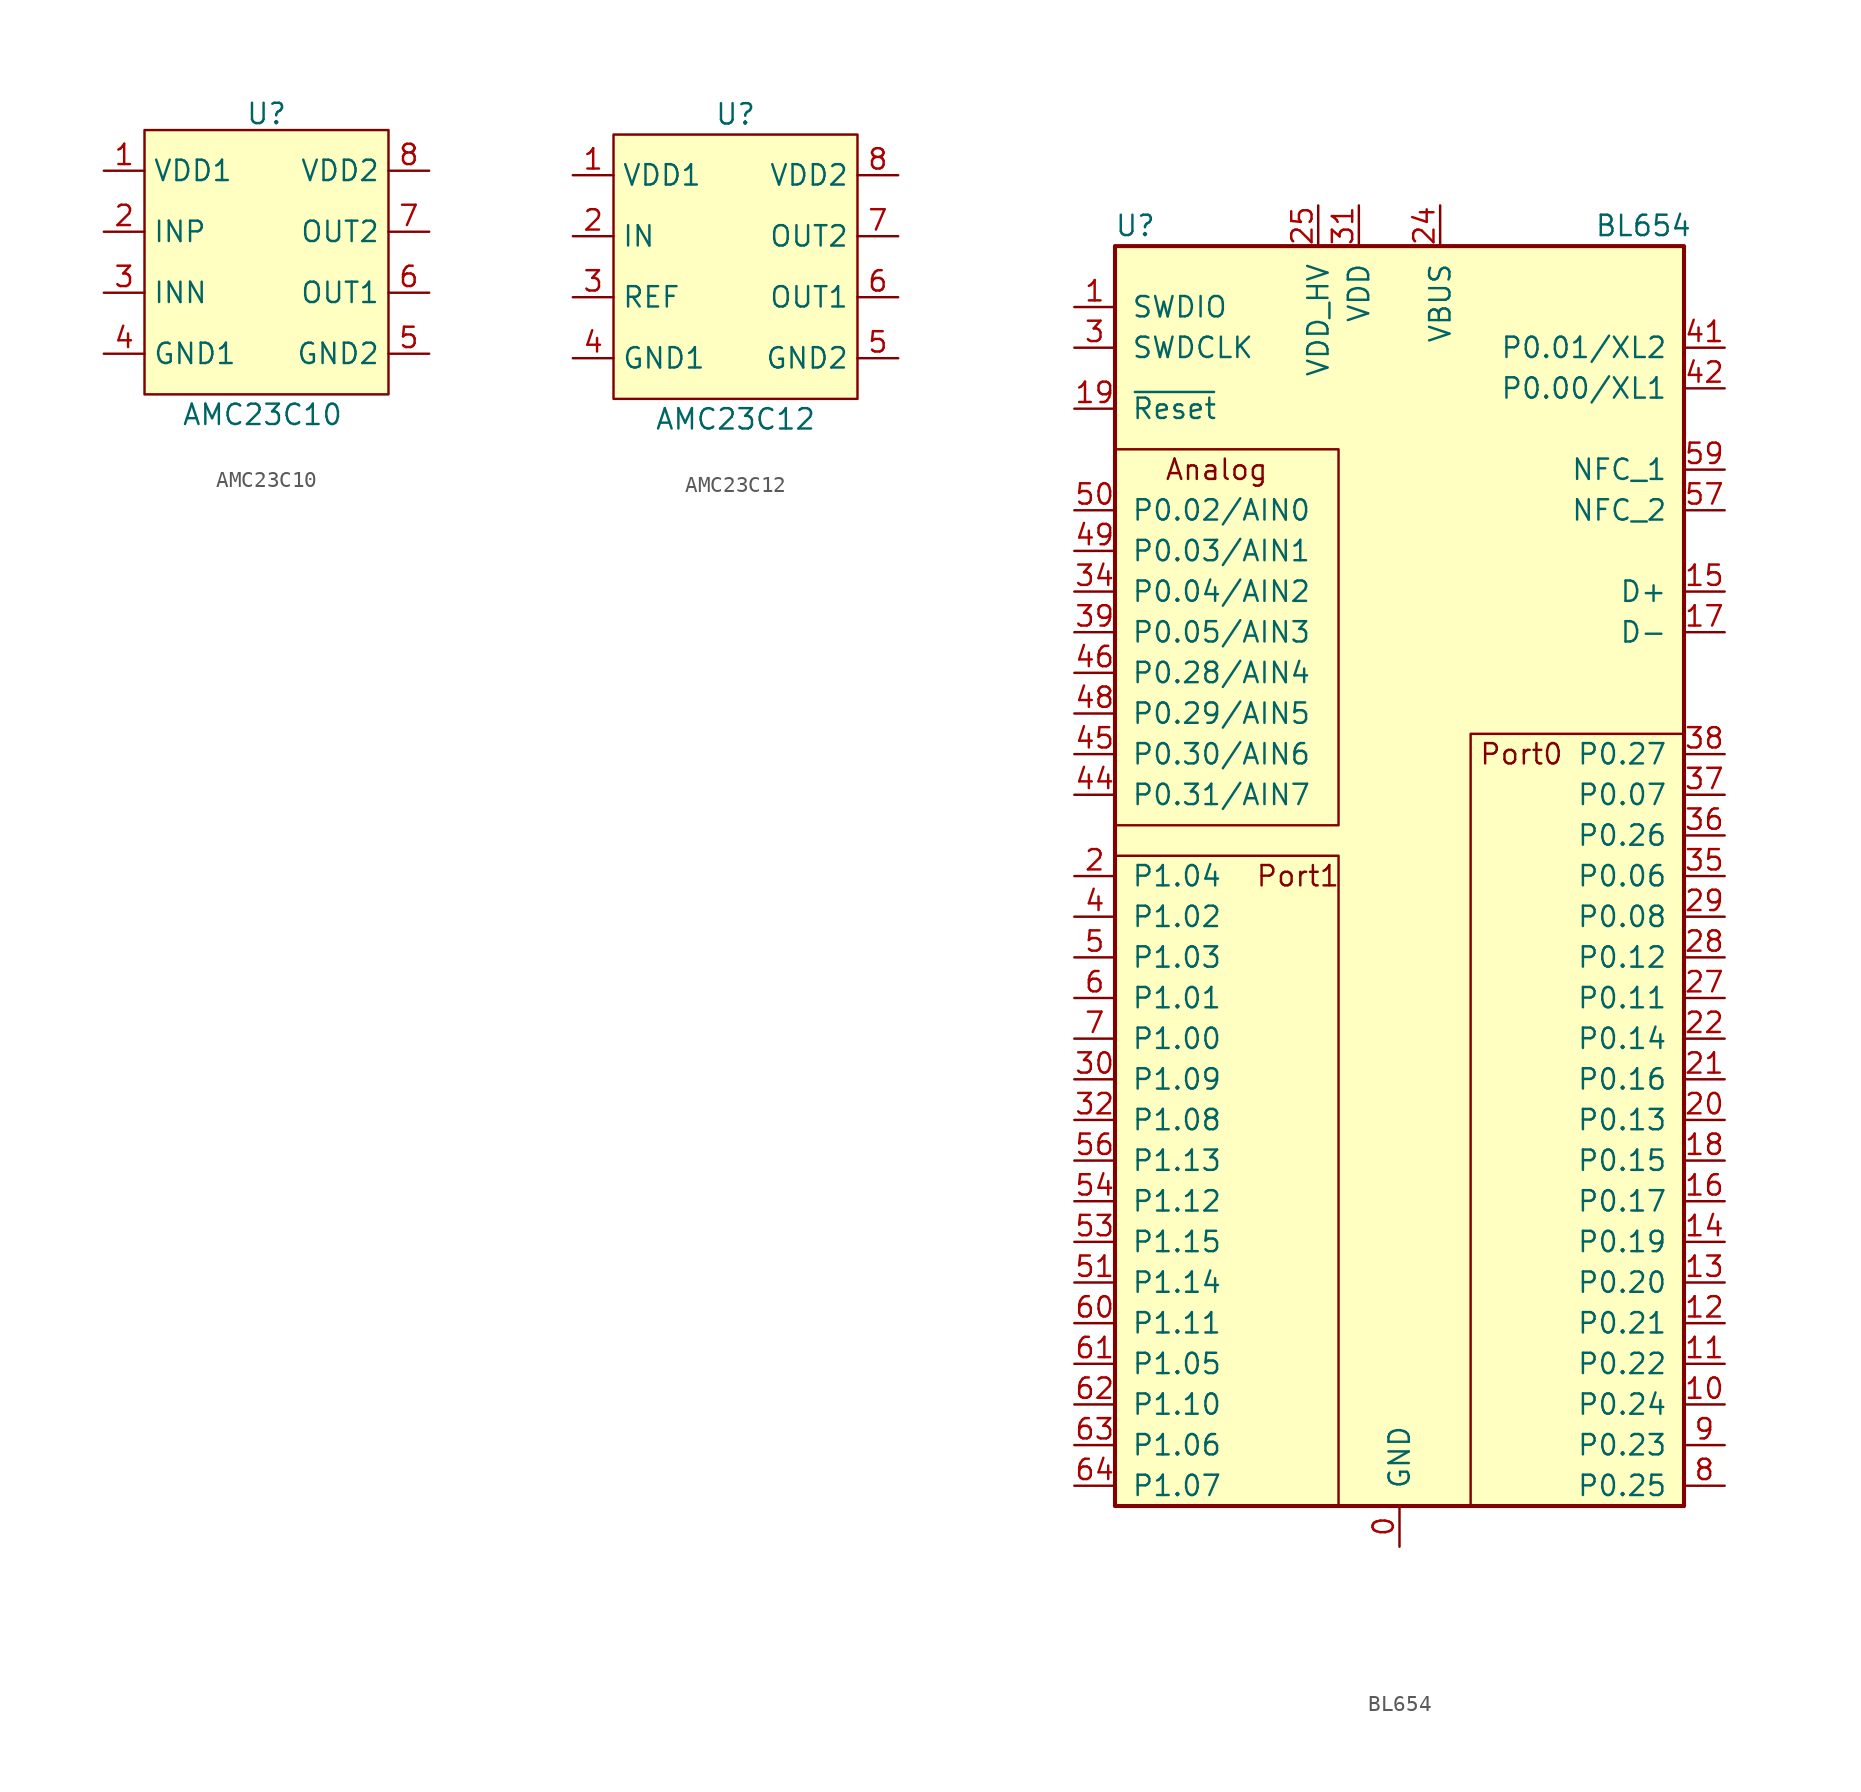
<source format=kicad_sym>
(kicad_symbol_lib
  (version 20231120)
  (generator "kicad_symbol_editor")
  (generator_version "8.0")
  (symbol "AMC23C10"
    (property "Reference" "U"
      (at 0 8.636 0)
      (effects (font (size 1.27 1.27))))
    (property "Value" "AMC23C10"
      (at -0.254 -10.16 0)
      (effects (font (size 1.27 1.27))))
    (symbol "AMC23C10_1_1"
      (rectangle (start -7.62 7.62) (end 7.62 -8.89) (stroke (width 0) (type default)) (fill (type background)))
      (pin input line (at -10.16 5.08 0) (length 2.54) (name "VDD1" (effects (font (size 1.27 1.27)))) (number "1" (effects (font (size 1.27 1.27)))))
      (pin input line (at -10.16 1.27 0) (length 2.54) (name "INP" (effects (font (size 1.27 1.27)))) (number "2" (effects (font (size 1.27 1.27)))))
      (pin input line (at -10.16 -2.54 0) (length 2.54) (name "INN" (effects (font (size 1.27 1.27)))) (number "3" (effects (font (size 1.27 1.27)))))
      (pin input line (at -10.16 -6.35 0) (length 2.54) (name "GND1" (effects (font (size 1.27 1.27)))) (number "4" (effects (font (size 1.27 1.27)))))
      (pin input line (at 10.16 -6.35 180) (length 2.54) (name "GND2" (effects (font (size 1.27 1.27)))) (number "5" (effects (font (size 1.27 1.27)))))
      (pin input line (at 10.16 -2.54 180) (length 2.54) (name "OUT1" (effects (font (size 1.27 1.27)))) (number "6" (effects (font (size 1.27 1.27)))))
      (pin input line (at 10.16 1.27 180) (length 2.54) (name "OUT2" (effects (font (size 1.27 1.27)))) (number "7" (effects (font (size 1.27 1.27)))))
      (pin input line (at 10.16 5.08 180) (length 2.54) (name "VDD2" (effects (font (size 1.27 1.27)))) (number "8" (effects (font (size 1.27 1.27)))))))
  (symbol "AMC23C12"
    (property "Reference" "U"
      (at 0 8.89 0)
      (effects (font (size 1.27 1.27))))
    (property "Value" "AMC23C12"
      (at 0 -10.16 0)
      (effects (font (size 1.27 1.27))))
    (symbol "AMC23C12_1_1"
      (rectangle (start -7.62 7.62) (end 7.62 -8.89) (stroke (width 0) (type default)) (fill (type background)))
      (pin input line (at -10.16 5.08 0) (length 2.54) (name "VDD1" (effects (font (size 1.27 1.27)))) (number "1" (effects (font (size 1.27 1.27)))))
      (pin input line (at -10.16 1.27 0) (length 2.54) (name "IN" (effects (font (size 1.27 1.27)))) (number "2" (effects (font (size 1.27 1.27)))))
      (pin input line (at -10.16 -2.54 0) (length 2.54) (name "REF" (effects (font (size 1.27 1.27)))) (number "3" (effects (font (size 1.27 1.27)))))
      (pin input line (at -10.16 -6.35 0) (length 2.54) (name "GND1" (effects (font (size 1.27 1.27)))) (number "4" (effects (font (size 1.27 1.27)))))
      (pin input line (at 10.16 -6.35 180) (length 2.54) (name "GND2" (effects (font (size 1.27 1.27)))) (number "5" (effects (font (size 1.27 1.27)))))
      (pin input line (at 10.16 -2.54 180) (length 2.54) (name "OUT1" (effects (font (size 1.27 1.27)))) (number "6" (effects (font (size 1.27 1.27)))))
      (pin input line (at 10.16 1.27 180) (length 2.54) (name "OUT2" (effects (font (size 1.27 1.27)))) (number "7" (effects (font (size 1.27 1.27)))))
      (pin input line (at 10.16 5.08 180) (length 2.54) (name "VDD2" (effects (font (size 1.27 1.27)))) (number "8" (effects (font (size 1.27 1.27)))))))
  (symbol "BL654"
    (pin_names
      (offset 1.016))
    (property "Reference" "U"
      (at -16.51 43.18 0)
      (effects (font (size 1.27 1.27))))
    (property "Value" "BL654"
      (at 15.24 43.18 0)
      (effects (font (size 1.27 1.27))))
    (symbol "BL654_0_0"
      (rectangle (start -17.78 3.81) (end -3.81 -36.83) (stroke (width 0) (type default)) (fill (type none)))
      (rectangle (start 4.445 11.43) (end 17.78 -36.83) (stroke (width 0) (type default)) (fill (type none)))
      (text "Analog" (at -11.43 27.94 0) (effects (font (size 1.27 1.27))))
      (text "Port0" (at 7.62 10.16 0) (effects (font (size 1.27 1.27))))
      (text "Port1" (at -6.35 2.54 0) (effects (font (size 1.27 1.27)))))
    (symbol "BL654_0_1"
      (rectangle (start -17.78 29.21) (end -3.81 5.715) (stroke (width 0) (type default)) (fill (type none)))
      (rectangle (start -17.78 41.91) (end 17.78 -36.83) (stroke (width 0.254) (type default)) (fill (type background))))
    (symbol "BL654_1_1"
      (pin power_in line (at 0 -39.37 90) (length 2.54) (name "GND" (effects (font (size 1.27 1.27)))) (number "0" (effects (font (size 1.27 1.27)))))
      (pin bidirectional line (at -20.32 38.1 0) (length 2.54) (name "SWDIO" (effects (font (size 1.27 1.27)))) (number "1" (effects (font (size 1.27 1.27)))))
      (pin bidirectional line (at 20.32 -30.48 180) (length 2.54) (name "P0.24" (effects (font (size 1.27 1.27)))) (number "10" (effects (font (size 1.27 1.27)))))
      (pin bidirectional line (at 20.32 -27.94 180) (length 2.54) (name "P0.22" (effects (font (size 1.27 1.27)))) (number "11" (effects (font (size 1.27 1.27)))))
      (pin bidirectional line (at 20.32 -25.4 180) (length 2.54) (name "P0.21" (effects (font (size 1.27 1.27)))) (number "12" (effects (font (size 1.27 1.27)))))
      (pin bidirectional line (at 20.32 -22.86 180) (length 2.54) (name "P0.20" (effects (font (size 1.27 1.27)))) (number "13" (effects (font (size 1.27 1.27)))))
      (pin bidirectional line (at 20.32 -20.32 180) (length 2.54) (name "P0.19" (effects (font (size 1.27 1.27)))) (number "14" (effects (font (size 1.27 1.27)))))
      (pin bidirectional line (at 20.32 20.32 180) (length 2.54) (name "D+" (effects (font (size 1.27 1.27)))) (number "15" (effects (font (size 1.27 1.27)))))
      (pin bidirectional line (at 20.32 -17.78 180) (length 2.54) (name "P0.17" (effects (font (size 1.27 1.27)))) (number "16" (effects (font (size 1.27 1.27)))))
      (pin bidirectional line (at 20.32 17.78 180) (length 2.54) (name "D-" (effects (font (size 1.27 1.27)))) (number "17" (effects (font (size 1.27 1.27)))))
      (pin bidirectional line (at 20.32 -15.24 180) (length 2.54) (name "P0.15" (effects (font (size 1.27 1.27)))) (number "18" (effects (font (size 1.27 1.27)))))
      (pin input line (at -20.32 31.75 0) (length 2.54) (name "~{Reset}" (effects (font (size 1.27 1.27)))) (number "19" (effects (font (size 1.27 1.27)))))
      (pin bidirectional line (at -20.32 2.54 0) (length 2.54) (name "P1.04" (effects (font (size 1.27 1.27)))) (number "2" (effects (font (size 1.27 1.27)))))
      (pin bidirectional line (at 20.32 -12.7 180) (length 2.54) (name "P0.13" (effects (font (size 1.27 1.27)))) (number "20" (effects (font (size 1.27 1.27)))))
      (pin bidirectional line (at 20.32 -10.16 180) (length 2.54) (name "P0.16" (effects (font (size 1.27 1.27)))) (number "21" (effects (font (size 1.27 1.27)))))
      (pin bidirectional line (at 20.32 -7.62 180) (length 2.54) (name "P0.14" (effects (font (size 1.27 1.27)))) (number "22" (effects (font (size 1.27 1.27)))))
      (pin power_in line (at 0 -39.37 90) (length 2.54) hide (name "GND" (effects (font (size 1.27 1.27)))) (number "23" (effects (font (size 1.27 1.27)))))
      (pin power_in line (at 2.54 44.45 270) (length 2.54) (name "VBUS" (effects (font (size 1.27 1.27)))) (number "24" (effects (font (size 1.27 1.27)))))
      (pin power_in line (at -5.08 44.45 270) (length 2.54) (name "VDD_HV" (effects (font (size 1.27 1.27)))) (number "25" (effects (font (size 1.27 1.27)))))
      (pin power_in line (at 0 -39.37 90) (length 2.54) hide (name "GND" (effects (font (size 1.27 1.27)))) (number "26" (effects (font (size 1.27 1.27)))))
      (pin bidirectional line (at 20.32 -5.08 180) (length 2.54) (name "P0.11" (effects (font (size 1.27 1.27)))) (number "27" (effects (font (size 1.27 1.27)))))
      (pin bidirectional line (at 20.32 -2.54 180) (length 2.54) (name "P0.12" (effects (font (size 1.27 1.27)))) (number "28" (effects (font (size 1.27 1.27)))))
      (pin bidirectional line (at 20.32 0 180) (length 2.54) (name "P0.08" (effects (font (size 1.27 1.27)))) (number "29" (effects (font (size 1.27 1.27)))))
      (pin input line (at -20.32 35.56 0) (length 2.54) (name "SWDCLK" (effects (font (size 1.27 1.27)))) (number "3" (effects (font (size 1.27 1.27)))))
      (pin bidirectional line (at -20.32 -10.16 0) (length 2.54) (name "P1.09" (effects (font (size 1.27 1.27)))) (number "30" (effects (font (size 1.27 1.27)))))
      (pin power_in line (at -2.54 44.45 270) (length 2.54) (name "VDD" (effects (font (size 1.27 1.27)))) (number "31" (effects (font (size 1.27 1.27)))))
      (pin bidirectional line (at -20.32 -12.7 0) (length 2.54) (name "P1.08" (effects (font (size 1.27 1.27)))) (number "32" (effects (font (size 1.27 1.27)))))
      (pin power_in line (at 0 -39.37 90) (length 2.54) hide (name "GND" (effects (font (size 1.27 1.27)))) (number "33" (effects (font (size 1.27 1.27)))))
      (pin bidirectional line (at -20.32 20.32 0) (length 2.54) (name "P0.04/AIN2" (effects (font (size 1.27 1.27)))) (number "34" (effects (font (size 1.27 1.27)))))
      (pin bidirectional line (at 20.32 2.54 180) (length 2.54) (name "P0.06" (effects (font (size 1.27 1.27)))) (number "35" (effects (font (size 1.27 1.27)))))
      (pin bidirectional line (at 20.32 5.08 180) (length 2.54) (name "P0.26" (effects (font (size 1.27 1.27)))) (number "36" (effects (font (size 1.27 1.27)))))
      (pin bidirectional line (at 20.32 7.62 180) (length 2.54) (name "P0.07" (effects (font (size 1.27 1.27)))) (number "37" (effects (font (size 1.27 1.27)))))
      (pin bidirectional line (at 20.32 10.16 180) (length 2.54) (name "P0.27" (effects (font (size 1.27 1.27)))) (number "38" (effects (font (size 1.27 1.27)))))
      (pin bidirectional line (at -20.32 17.78 0) (length 2.54) (name "P0.05/AIN3" (effects (font (size 1.27 1.27)))) (number "39" (effects (font (size 1.27 1.27)))))
      (pin bidirectional line (at -20.32 0 0) (length 2.54) (name "P1.02" (effects (font (size 1.27 1.27)))) (number "4" (effects (font (size 1.27 1.27)))))
      (pin power_in line (at 0 -39.37 90) (length 2.54) hide (name "GND" (effects (font (size 1.27 1.27)))) (number "40" (effects (font (size 1.27 1.27)))))
      (pin input line (at 20.32 35.56 180) (length 2.54) (name "P0.01/XL2" (effects (font (size 1.27 1.27)))) (number "41" (effects (font (size 1.27 1.27)))))
      (pin input line (at 20.32 33.02 180) (length 2.54) (name "P0.00/XL1" (effects (font (size 1.27 1.27)))) (number "42" (effects (font (size 1.27 1.27)))))
      (pin power_in line (at 0 -39.37 90) (length 2.54) hide (name "GND" (effects (font (size 1.27 1.27)))) (number "43" (effects (font (size 1.27 1.27)))))
      (pin bidirectional line (at -20.32 7.62 0) (length 2.54) (name "P0.31/AIN7" (effects (font (size 1.27 1.27)))) (number "44" (effects (font (size 1.27 1.27)))))
      (pin bidirectional line (at -20.32 10.16 0) (length 2.54) (name "P0.30/AIN6" (effects (font (size 1.27 1.27)))) (number "45" (effects (font (size 1.27 1.27)))))
      (pin bidirectional line (at -20.32 15.24 0) (length 2.54) (name "P0.28/AIN4" (effects (font (size 1.27 1.27)))) (number "46" (effects (font (size 1.27 1.27)))))
      (pin power_in line (at 0 -39.37 90) (length 2.54) hide (name "GND" (effects (font (size 1.27 1.27)))) (number "47" (effects (font (size 1.27 1.27)))))
      (pin bidirectional line (at -20.32 12.7 0) (length 2.54) (name "P0.29/AIN5" (effects (font (size 1.27 1.27)))) (number "48" (effects (font (size 1.27 1.27)))))
      (pin bidirectional line (at -20.32 22.86 0) (length 2.54) (name "P0.03/AIN1" (effects (font (size 1.27 1.27)))) (number "49" (effects (font (size 1.27 1.27)))))
      (pin bidirectional line (at -20.32 -2.54 0) (length 2.54) (name "P1.03" (effects (font (size 1.27 1.27)))) (number "5" (effects (font (size 1.27 1.27)))))
      (pin bidirectional line (at -20.32 25.4 0) (length 2.54) (name "P0.02/AIN0" (effects (font (size 1.27 1.27)))) (number "50" (effects (font (size 1.27 1.27)))))
      (pin bidirectional line (at -20.32 -22.86 0) (length 2.54) (name "P1.14" (effects (font (size 1.27 1.27)))) (number "51" (effects (font (size 1.27 1.27)))))
      (pin power_in line (at 0 -39.37 90) (length 2.54) hide (name "GND" (effects (font (size 1.27 1.27)))) (number "52" (effects (font (size 1.27 1.27)))))
      (pin bidirectional line (at -20.32 -20.32 0) (length 2.54) (name "P1.15" (effects (font (size 1.27 1.27)))) (number "53" (effects (font (size 1.27 1.27)))))
      (pin bidirectional line (at -20.32 -17.78 0) (length 2.54) (name "P1.12" (effects (font (size 1.27 1.27)))) (number "54" (effects (font (size 1.27 1.27)))))
      (pin power_in line (at 0 -39.37 90) (length 2.54) hide (name "GND" (effects (font (size 1.27 1.27)))) (number "55" (effects (font (size 1.27 1.27)))))
      (pin bidirectional line (at -20.32 -15.24 0) (length 2.54) (name "P1.13" (effects (font (size 1.27 1.27)))) (number "56" (effects (font (size 1.27 1.27)))))
      (pin bidirectional line (at 20.32 25.4 180) (length 2.54) (name "NFC_2" (effects (font (size 1.27 1.27)))) (number "57" (effects (font (size 1.27 1.27)))))
      (pin power_in line (at 0 -39.37 90) (length 2.54) hide (name "GND" (effects (font (size 1.27 1.27)))) (number "58" (effects (font (size 1.27 1.27)))))
      (pin bidirectional line (at 20.32 27.94 180) (length 2.54) (name "NFC_1" (effects (font (size 1.27 1.27)))) (number "59" (effects (font (size 1.27 1.27)))))
      (pin bidirectional line (at -20.32 -5.08 0) (length 2.54) (name "P1.01" (effects (font (size 1.27 1.27)))) (number "6" (effects (font (size 1.27 1.27)))))
      (pin bidirectional line (at -20.32 -25.4 0) (length 2.54) (name "P1.11" (effects (font (size 1.27 1.27)))) (number "60" (effects (font (size 1.27 1.27)))))
      (pin bidirectional line (at -20.32 -27.94 0) (length 2.54) (name "P1.05" (effects (font (size 1.27 1.27)))) (number "61" (effects (font (size 1.27 1.27)))))
      (pin bidirectional line (at -20.32 -30.48 0) (length 2.54) (name "P1.10" (effects (font (size 1.27 1.27)))) (number "62" (effects (font (size 1.27 1.27)))))
      (pin bidirectional line (at -20.32 -33.02 0) (length 2.54) (name "P1.06" (effects (font (size 1.27 1.27)))) (number "63" (effects (font (size 1.27 1.27)))))
      (pin bidirectional line (at -20.32 -35.56 0) (length 2.54) (name "P1.07" (effects (font (size 1.27 1.27)))) (number "64" (effects (font (size 1.27 1.27)))))
      (pin power_in line (at 0 -39.37 90) (length 2.54) hide (name "GND" (effects (font (size 1.27 1.27)))) (number "65" (effects (font (size 1.27 1.27)))))
      (pin power_in line (at 0 -39.37 90) (length 2.54) hide (name "GND" (effects (font (size 1.27 1.27)))) (number "66" (effects (font (size 1.27 1.27)))))
      (pin power_in line (at 0 -39.37 90) (length 2.54) hide (name "GND" (effects (font (size 1.27 1.27)))) (number "67" (effects (font (size 1.27 1.27)))))
      (pin power_in line (at 0 -39.37 90) (length 2.54) hide (name "GND" (effects (font (size 1.27 1.27)))) (number "68" (effects (font (size 1.27 1.27)))))
      (pin power_in line (at 0 -39.37 90) (length 2.54) hide (name "GND" (effects (font (size 1.27 1.27)))) (number "69" (effects (font (size 1.27 1.27)))))
      (pin bidirectional line (at -20.32 -7.62 0) (length 2.54) (name "P1.00" (effects (font (size 1.27 1.27)))) (number "7" (effects (font (size 1.27 1.27)))))
      (pin power_in line (at 0 -39.37 90) (length 2.54) hide (name "GND" (effects (font (size 1.27 1.27)))) (number "70" (effects (font (size 1.27 1.27)))))
      (pin power_in line (at 0 -39.37 90) (length 2.54) hide (name "GND" (effects (font (size 1.27 1.27)))) (number "71" (effects (font (size 1.27 1.27)))))
      (pin bidirectional line (at 20.32 -35.56 180) (length 2.54) (name "P0.25" (effects (font (size 1.27 1.27)))) (number "8" (effects (font (size 1.27 1.27)))))
      (pin bidirectional line (at 20.32 -33.02 180) (length 2.54) (name "P0.23" (effects (font (size 1.27 1.27)))) (number "9" (effects (font (size 1.27 1.27))))))))
</source>
